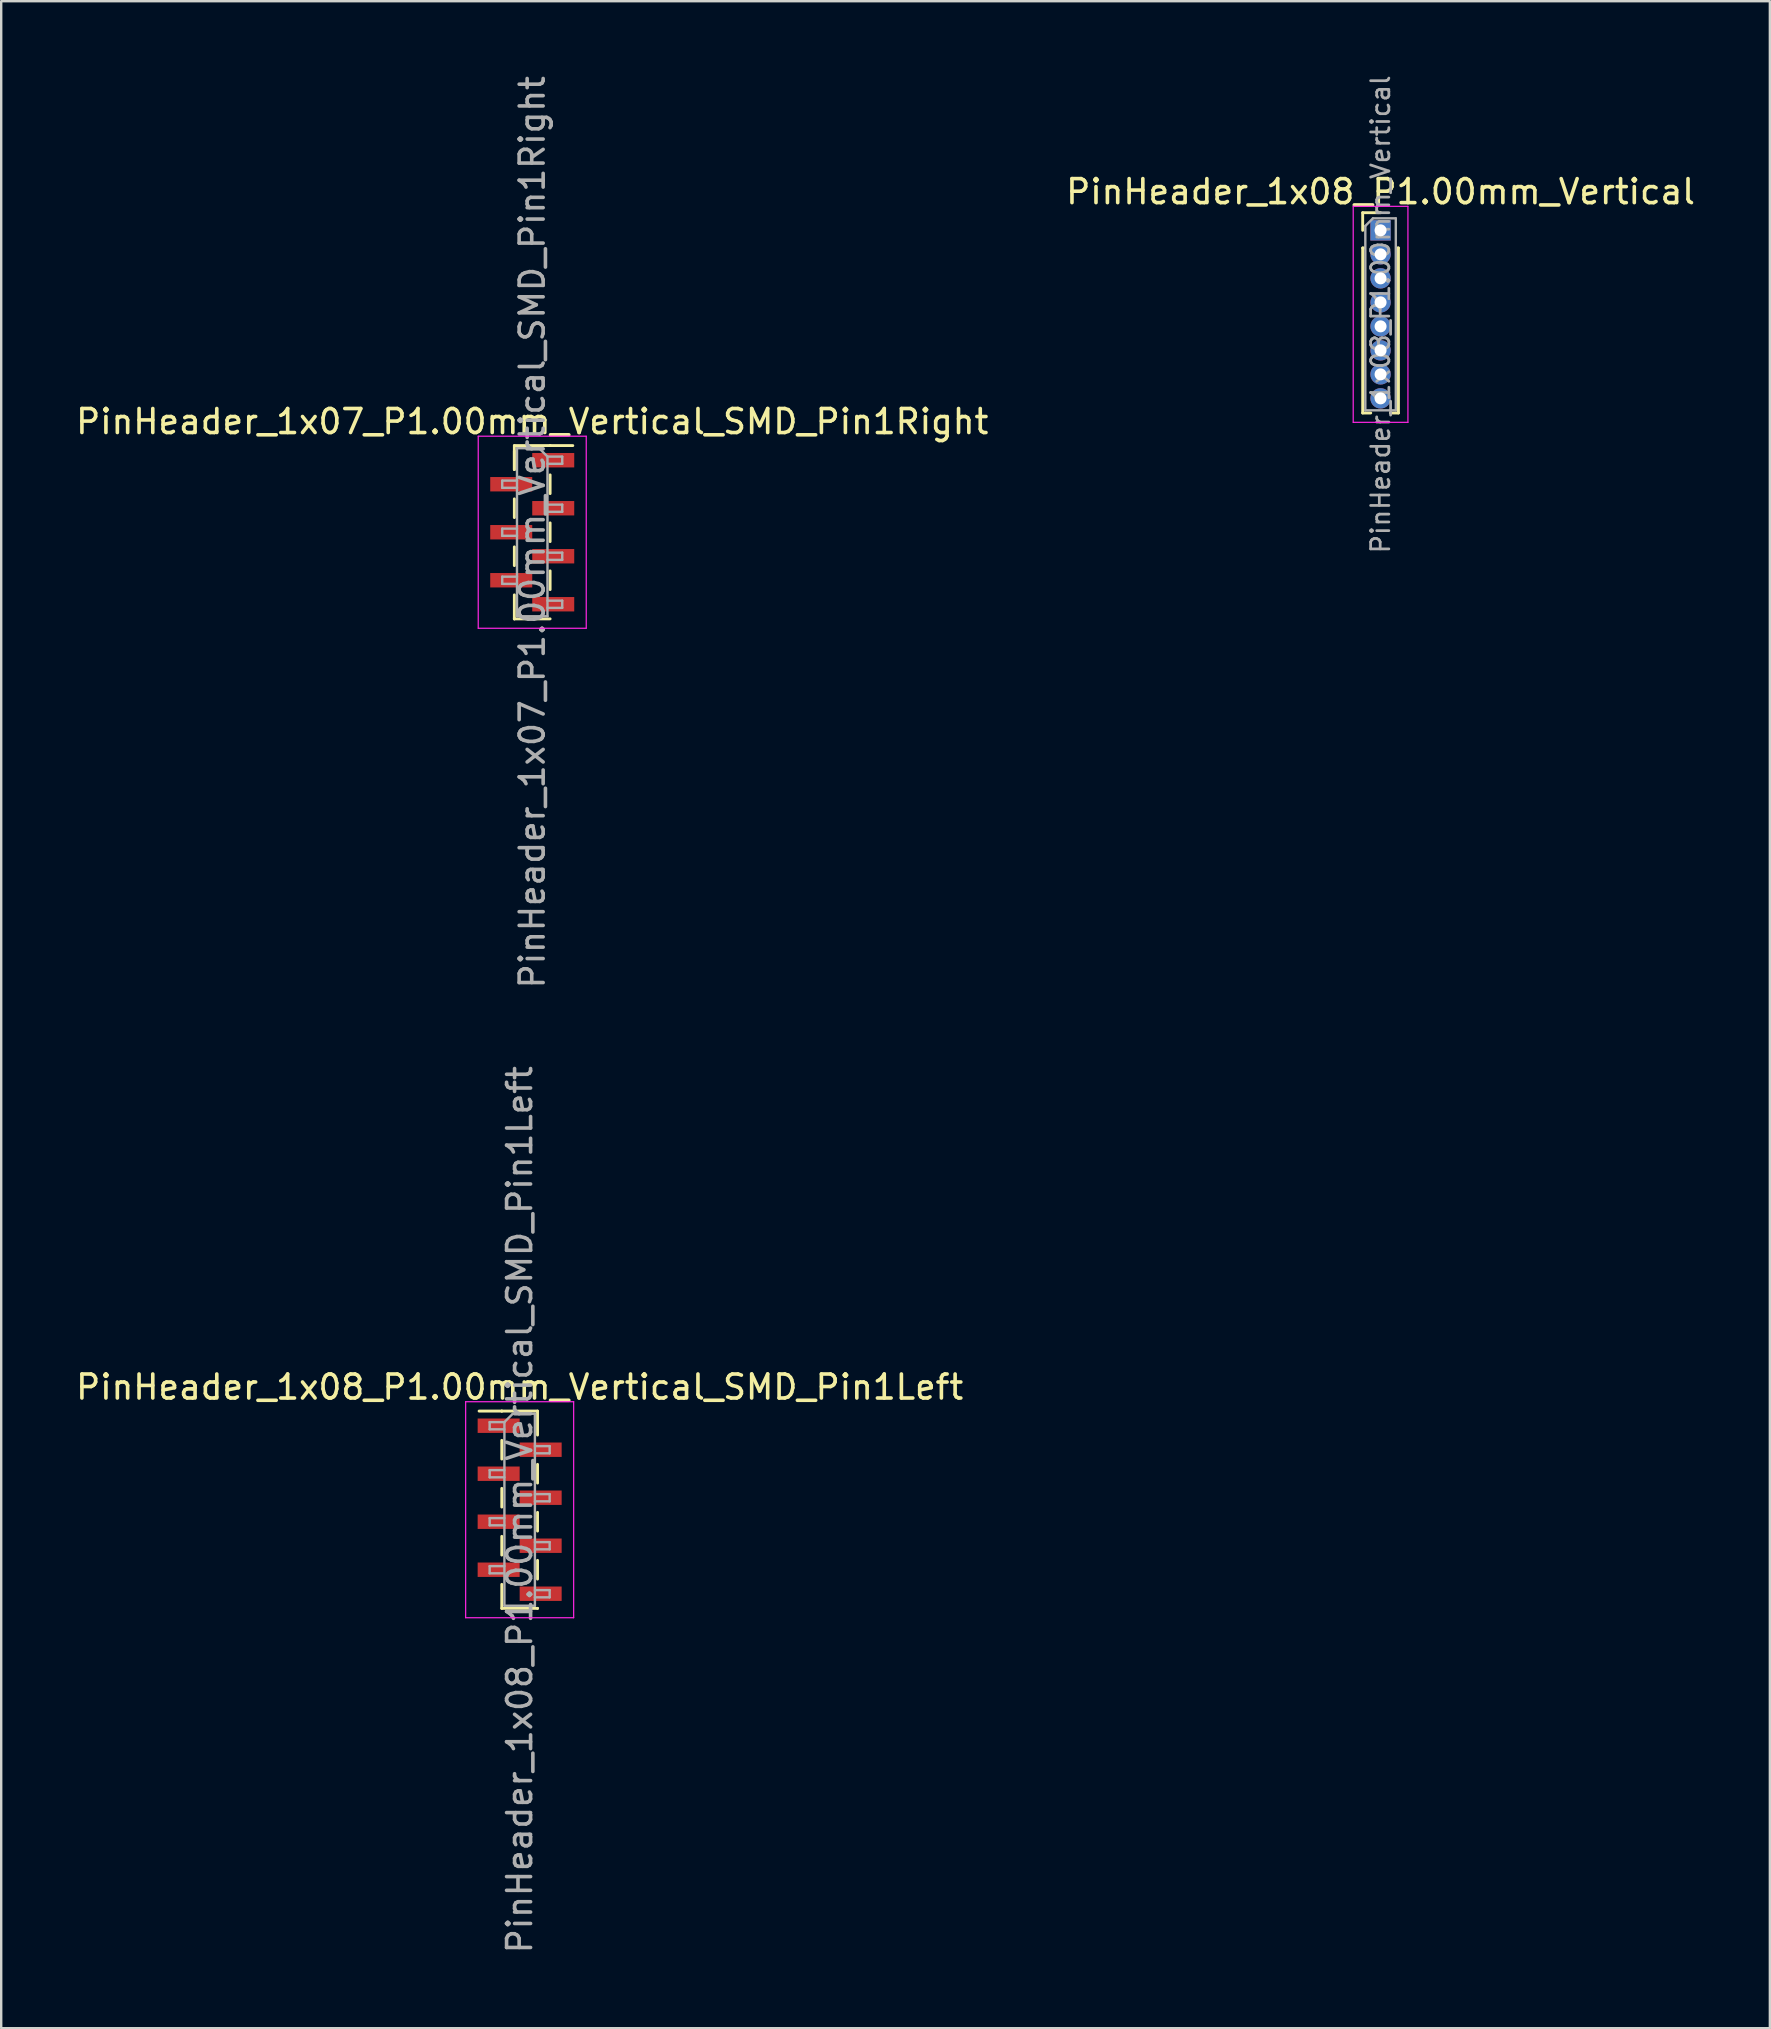
<source format=kicad_pcb>
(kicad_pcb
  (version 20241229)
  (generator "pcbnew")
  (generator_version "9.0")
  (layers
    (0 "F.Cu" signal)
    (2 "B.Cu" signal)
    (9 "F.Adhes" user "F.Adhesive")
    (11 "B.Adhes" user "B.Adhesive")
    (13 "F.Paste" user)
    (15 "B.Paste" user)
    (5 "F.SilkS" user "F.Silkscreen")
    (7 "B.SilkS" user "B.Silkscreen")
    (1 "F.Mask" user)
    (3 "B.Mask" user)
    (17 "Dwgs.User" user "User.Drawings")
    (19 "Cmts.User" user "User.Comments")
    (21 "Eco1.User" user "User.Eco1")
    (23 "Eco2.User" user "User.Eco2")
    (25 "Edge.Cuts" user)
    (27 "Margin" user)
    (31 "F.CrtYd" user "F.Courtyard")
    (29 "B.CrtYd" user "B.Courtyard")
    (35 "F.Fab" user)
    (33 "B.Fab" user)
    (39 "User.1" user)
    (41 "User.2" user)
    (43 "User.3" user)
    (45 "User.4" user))
  (footprint "PinHeader_1x07_P1.00mm_Vertical_SMD_Pin1Right"
    (layer "F.Cu")
    (at 19.125 19.125)
    (property "Reference" "PinHeader_1x07_P1.00mm_Vertical_SMD_Pin1Right" (at 0 -4.61 0) (layer "F.SilkS") (effects (font (size 1 1) (thickness 0.15))))
    (attr smd)
    (fp_line (start -0.745 -3.61) (end -0.745 -2.61) (stroke (width 0.12) (type solid)) (layer "F.SilkS"))
    (fp_line (start -0.745 -3.61) (end 0.745 -3.61) (stroke (width 0.12) (type solid)) (layer "F.SilkS"))
    (fp_line (start -0.745 -3.39) (end -0.745 -2.61) (stroke (width 0.12) (type solid)) (layer "F.SilkS"))
    (fp_line (start -0.745 -1.39) (end -0.745 -0.61) (stroke (width 0.12) (type solid)) (layer "F.SilkS"))
    (fp_line (start -0.745 0.61) (end -0.745 1.39) (stroke (width 0.12) (type solid)) (layer "F.SilkS"))
    (fp_line (start -0.745 2.61) (end -0.745 3.61) (stroke (width 0.12) (type solid)) (layer "F.SilkS"))
    (fp_line (start -0.745 3.61) (end -0.745 3.61) (stroke (width 0.12) (type solid)) (layer "F.SilkS"))
    (fp_line (start -0.745 3.61) (end 0.745 3.61) (stroke (width 0.12) (type solid)) (layer "F.SilkS"))
    (fp_line (start 0.745 -3.61) (end 0.745 -3.61) (stroke (width 0.12) (type solid)) (layer "F.SilkS"))
    (fp_line (start 0.745 -3.61) (end 1.69 -3.61) (stroke (width 0.12) (type solid)) (layer "F.SilkS"))
    (fp_line (start 0.745 -2.39) (end 0.745 -1.61) (stroke (width 0.12) (type solid)) (layer "F.SilkS"))
    (fp_line (start 0.745 -0.39) (end 0.745 0.39) (stroke (width 0.12) (type solid)) (layer "F.SilkS"))
    (fp_line (start 0.745 1.61) (end 0.745 2.39) (stroke (width 0.12) (type solid)) (layer "F.SilkS"))
    (fp_line (start -2.25 -4) (end -2.25 4) (stroke (width 0.05) (type solid)) (layer "F.CrtYd"))
    (fp_line (start -2.25 4) (end 2.25 4) (stroke (width 0.05) (type solid)) (layer "F.CrtYd"))
    (fp_line (start 2.25 -4) (end -2.25 -4) (stroke (width 0.05) (type solid)) (layer "F.CrtYd"))
    (fp_line (start 2.25 4) (end 2.25 -4) (stroke (width 0.05) (type solid)) (layer "F.CrtYd"))
    (fp_line (start -1.25 -2.15) (end -1.25 -1.85) (stroke (width 0.1) (type solid)) (layer "F.Fab"))
    (fp_line (start -1.25 -1.85) (end -0.635 -1.85) (stroke (width 0.1) (type solid)) (layer "F.Fab"))
    (fp_line (start -1.25 -0.15) (end -1.25 0.15) (stroke (width 0.1) (type solid)) (layer "F.Fab"))
    (fp_line (start -1.25 0.15) (end -0.635 0.15) (stroke (width 0.1) (type solid)) (layer "F.Fab"))
    (fp_line (start -1.25 1.85) (end -1.25 2.15) (stroke (width 0.1) (type solid)) (layer "F.Fab"))
    (fp_line (start -1.25 2.15) (end -0.635 2.15) (stroke (width 0.1) (type solid)) (layer "F.Fab"))
    (fp_line (start -0.635 -3.5) (end -0.635 3.5) (stroke (width 0.1) (type solid)) (layer "F.Fab"))
    (fp_line (start -0.635 -3.5) (end 0.285 -3.5) (stroke (width 0.1) (type solid)) (layer "F.Fab"))
    (fp_line (start -0.635 -2.15) (end -1.25 -2.15) (stroke (width 0.1) (type solid)) (layer "F.Fab"))
    (fp_line (start -0.635 -0.15) (end -1.25 -0.15) (stroke (width 0.1) (type solid)) (layer "F.Fab"))
    (fp_line (start -0.635 1.85) (end -1.25 1.85) (stroke (width 0.1) (type solid)) (layer "F.Fab"))
    (fp_line (start 0.635 -3.15) (end 0.285 -3.5) (stroke (width 0.1) (type solid)) (layer "F.Fab"))
    (fp_line (start 0.635 -3.15) (end 1.25 -3.15) (stroke (width 0.1) (type solid)) (layer "F.Fab"))
    (fp_line (start 0.635 -1.15) (end 1.25 -1.15) (stroke (width 0.1) (type solid)) (layer "F.Fab"))
    (fp_line (start 0.635 0.85) (end 1.25 0.85) (stroke (width 0.1) (type solid)) (layer "F.Fab"))
    (fp_line (start 0.635 2.85) (end 1.25 2.85) (stroke (width 0.1) (type solid)) (layer "F.Fab"))
    (fp_line (start 0.635 3.5) (end -0.635 3.5) (stroke (width 0.1) (type solid)) (layer "F.Fab"))
    (fp_line (start 0.635 3.5) (end 0.635 -3.15) (stroke (width 0.1) (type solid)) (layer "F.Fab"))
    (fp_line (start 1.25 -3.15) (end 1.25 -2.85) (stroke (width 0.1) (type solid)) (layer "F.Fab"))
    (fp_line (start 1.25 -2.85) (end 0.635 -2.85) (stroke (width 0.1) (type solid)) (layer "F.Fab"))
    (fp_line (start 1.25 -1.15) (end 1.25 -0.85) (stroke (width 0.1) (type solid)) (layer "F.Fab"))
    (fp_line (start 1.25 -0.85) (end 0.635 -0.85) (stroke (width 0.1) (type solid)) (layer "F.Fab"))
    (fp_line (start 1.25 0.85) (end 1.25 1.15) (stroke (width 0.1) (type solid)) (layer "F.Fab"))
    (fp_line (start 1.25 1.15) (end 0.635 1.15) (stroke (width 0.1) (type solid)) (layer "F.Fab"))
    (fp_line (start 1.25 2.85) (end 1.25 3.15) (stroke (width 0.1) (type solid)) (layer "F.Fab"))
    (fp_line (start 1.25 3.15) (end 0.635 3.15) (stroke (width 0.1) (type solid)) (layer "F.Fab"))
    (fp_text user "${REFERENCE}" (at 0 0 90) (layer "F.Fab") (effects (font (size 1 1) (thickness 0.15))))
    (pad "1" smd rect (at 0.875 -3) (size 1.75 0.6) (layers "F.Cu" "F.Mask" "F.Paste"))
    (pad "2" smd rect (at -0.875 -2) (size 1.75 0.6) (layers "F.Cu" "F.Mask" "F.Paste"))
    (pad "3" smd rect (at 0.875 -1) (size 1.75 0.6) (layers "F.Cu" "F.Mask" "F.Paste"))
    (pad "4" smd rect (at -0.875 0) (size 1.75 0.6) (layers "F.Cu" "F.Mask" "F.Paste"))
    (pad "5" smd rect (at 0.875 1) (size 1.75 0.6) (layers "F.Cu" "F.Mask" "F.Paste"))
    (pad "6" smd rect (at -0.875 2) (size 1.75 0.6) (layers "F.Cu" "F.Mask" "F.Paste"))
    (pad "7" smd rect (at 0.875 3) (size 1.75 0.6) (layers "F.Cu" "F.Mask" "F.Paste")))
  (footprint "PinHeader_1x08_P1.00mm_Vertical_SMD_Pin1Left"
    (layer "F.Cu")
    (at 18.601 59.851)
    (property "Reference" "PinHeader_1x08_P1.00mm_Vertical_SMD_Pin1Left" (at 0 -5.11 0) (layer "F.SilkS") (effects (font (size 1 1) (thickness 0.15))))
    (attr smd)
    (fp_line (start -0.745 -4.11) (end -1.69 -4.11) (stroke (width 0.12) (type solid)) (layer "F.SilkS"))
    (fp_line (start -0.745 -4.11) (end -0.745 -4.11) (stroke (width 0.12) (type solid)) (layer "F.SilkS"))
    (fp_line (start -0.745 -4.11) (end 0.745 -4.11) (stroke (width 0.12) (type solid)) (layer "F.SilkS"))
    (fp_line (start -0.745 -2.89) (end -0.745 -2.11) (stroke (width 0.12) (type solid)) (layer "F.SilkS"))
    (fp_line (start -0.745 -0.89) (end -0.745 -0.11) (stroke (width 0.12) (type solid)) (layer "F.SilkS"))
    (fp_line (start -0.745 1.11) (end -0.745 1.89) (stroke (width 0.12) (type solid)) (layer "F.SilkS"))
    (fp_line (start -0.745 3.11) (end -0.745 4.11) (stroke (width 0.12) (type solid)) (layer "F.SilkS"))
    (fp_line (start -0.745 4.11) (end 0.745 4.11) (stroke (width 0.12) (type solid)) (layer "F.SilkS"))
    (fp_line (start 0.745 -4.11) (end 0.745 -3.11) (stroke (width 0.12) (type solid)) (layer "F.SilkS"))
    (fp_line (start 0.745 -1.89) (end 0.745 -1.11) (stroke (width 0.12) (type solid)) (layer "F.SilkS"))
    (fp_line (start 0.745 0.11) (end 0.745 0.89) (stroke (width 0.12) (type solid)) (layer "F.SilkS"))
    (fp_line (start 0.745 2.11) (end 0.745 2.89) (stroke (width 0.12) (type solid)) (layer "F.SilkS"))
    (fp_line (start 0.745 4.11) (end 0.745 4.11) (stroke (width 0.12) (type solid)) (layer "F.SilkS"))
    (fp_line (start -2.25 -4.5) (end -2.25 4.5) (stroke (width 0.05) (type solid)) (layer "F.CrtYd"))
    (fp_line (start -2.25 4.5) (end 2.25 4.5) (stroke (width 0.05) (type solid)) (layer "F.CrtYd"))
    (fp_line (start 2.25 -4.5) (end -2.25 -4.5) (stroke (width 0.05) (type solid)) (layer "F.CrtYd"))
    (fp_line (start 2.25 4.5) (end 2.25 -4.5) (stroke (width 0.05) (type solid)) (layer "F.CrtYd"))
    (fp_line (start -1.25 -3.65) (end -1.25 -3.35) (stroke (width 0.1) (type solid)) (layer "F.Fab"))
    (fp_line (start -1.25 -3.35) (end -0.635 -3.35) (stroke (width 0.1) (type solid)) (layer "F.Fab"))
    (fp_line (start -1.25 -1.65) (end -1.25 -1.35) (stroke (width 0.1) (type solid)) (layer "F.Fab"))
    (fp_line (start -1.25 -1.35) (end -0.635 -1.35) (stroke (width 0.1) (type solid)) (layer "F.Fab"))
    (fp_line (start -1.25 0.35) (end -1.25 0.65) (stroke (width 0.1) (type solid)) (layer "F.Fab"))
    (fp_line (start -1.25 0.65) (end -0.635 0.65) (stroke (width 0.1) (type solid)) (layer "F.Fab"))
    (fp_line (start -1.25 2.35) (end -1.25 2.65) (stroke (width 0.1) (type solid)) (layer "F.Fab"))
    (fp_line (start -1.25 2.65) (end -0.635 2.65) (stroke (width 0.1) (type solid)) (layer "F.Fab"))
    (fp_line (start -0.635 -3.65) (end -1.25 -3.65) (stroke (width 0.1) (type solid)) (layer "F.Fab"))
    (fp_line (start -0.635 -3.65) (end -0.285 -4) (stroke (width 0.1) (type solid)) (layer "F.Fab"))
    (fp_line (start -0.635 -1.65) (end -1.25 -1.65) (stroke (width 0.1) (type solid)) (layer "F.Fab"))
    (fp_line (start -0.635 0.35) (end -1.25 0.35) (stroke (width 0.1) (type solid)) (layer "F.Fab"))
    (fp_line (start -0.635 2.35) (end -1.25 2.35) (stroke (width 0.1) (type solid)) (layer "F.Fab"))
    (fp_line (start -0.635 4) (end -0.635 -3.65) (stroke (width 0.1) (type solid)) (layer "F.Fab"))
    (fp_line (start -0.285 -4) (end 0.635 -4) (stroke (width 0.1) (type solid)) (layer "F.Fab"))
    (fp_line (start 0.635 -4) (end 0.635 4) (stroke (width 0.1) (type solid)) (layer "F.Fab"))
    (fp_line (start 0.635 -2.65) (end 1.25 -2.65) (stroke (width 0.1) (type solid)) (layer "F.Fab"))
    (fp_line (start 0.635 -0.65) (end 1.25 -0.65) (stroke (width 0.1) (type solid)) (layer "F.Fab"))
    (fp_line (start 0.635 1.35) (end 1.25 1.35) (stroke (width 0.1) (type solid)) (layer "F.Fab"))
    (fp_line (start 0.635 3.35) (end 1.25 3.35) (stroke (width 0.1) (type solid)) (layer "F.Fab"))
    (fp_line (start 0.635 4) (end -0.635 4) (stroke (width 0.1) (type solid)) (layer "F.Fab"))
    (fp_line (start 1.25 -2.65) (end 1.25 -2.35) (stroke (width 0.1) (type solid)) (layer "F.Fab"))
    (fp_line (start 1.25 -2.35) (end 0.635 -2.35) (stroke (width 0.1) (type solid)) (layer "F.Fab"))
    (fp_line (start 1.25 -0.65) (end 1.25 -0.35) (stroke (width 0.1) (type solid)) (layer "F.Fab"))
    (fp_line (start 1.25 -0.35) (end 0.635 -0.35) (stroke (width 0.1) (type solid)) (layer "F.Fab"))
    (fp_line (start 1.25 1.35) (end 1.25 1.65) (stroke (width 0.1) (type solid)) (layer "F.Fab"))
    (fp_line (start 1.25 1.65) (end 0.635 1.65) (stroke (width 0.1) (type solid)) (layer "F.Fab"))
    (fp_line (start 1.25 3.35) (end 1.25 3.65) (stroke (width 0.1) (type solid)) (layer "F.Fab"))
    (fp_line (start 1.25 3.65) (end 0.635 3.65) (stroke (width 0.1) (type solid)) (layer "F.Fab"))
    (fp_text user "${REFERENCE}" (at 0 0 90) (layer "F.Fab") (effects (font (size 1 1) (thickness 0.15))))
    (pad "1" smd rect (at -0.875 -3.5) (size 1.75 0.6) (layers "F.Cu" "F.Mask" "F.Paste"))
    (pad "2" smd rect (at 0.875 -2.5) (size 1.75 0.6) (layers "F.Cu" "F.Mask" "F.Paste"))
    (pad "3" smd rect (at -0.875 -1.5) (size 1.75 0.6) (layers "F.Cu" "F.Mask" "F.Paste"))
    (pad "4" smd rect (at 0.875 -0.5) (size 1.75 0.6) (layers "F.Cu" "F.Mask" "F.Paste"))
    (pad "5" smd rect (at -0.875 0.5) (size 1.75 0.6) (layers "F.Cu" "F.Mask" "F.Paste"))
    (pad "6" smd rect (at 0.875 1.5) (size 1.75 0.6) (layers "F.Cu" "F.Mask" "F.Paste"))
    (pad "7" smd rect (at -0.875 2.5) (size 1.75 0.6) (layers "F.Cu" "F.Mask" "F.Paste"))
    (pad "8" smd rect (at 0.875 3.5) (size 1.75 0.6) (layers "F.Cu" "F.Mask" "F.Paste")))
  (footprint "PinHeader_1x08_P1.00mm_Vertical"
    (layer "F.Cu")
    (at 54.47 6.547)
    (property "Reference" "PinHeader_1x08_P1.00mm_Vertical" (at 0 -1.61 0) (layer "F.SilkS") (effects (font (size 1 1) (thickness 0.15))))
    (attr through_hole)
    (fp_line (start -0.745 -0.735) (end 0 -0.735) (stroke (width 0.12) (type solid)) (layer "F.SilkS"))
    (fp_line (start -0.745 0) (end -0.745 -0.735) (stroke (width 0.12) (type solid)) (layer "F.SilkS"))
    (fp_line (start -0.745 0.735) (end -0.745 7.61) (stroke (width 0.12) (type solid)) (layer "F.SilkS"))
    (fp_line (start -0.745 0.735) (end -0.686 0.735) (stroke (width 0.12) (type solid)) (layer "F.SilkS"))
    (fp_line (start -0.745 7.61) (end -0.41 7.61) (stroke (width 0.12) (type solid)) (layer "F.SilkS"))
    (fp_line (start 0.41 7.61) (end 0.745 7.61) (stroke (width 0.12) (type solid)) (layer "F.SilkS"))
    (fp_line (start 0.686 0.735) (end 0.745 0.735) (stroke (width 0.12) (type solid)) (layer "F.SilkS"))
    (fp_line (start 0.745 0.735) (end 0.745 7.61) (stroke (width 0.12) (type solid)) (layer "F.SilkS"))
    (fp_line (start -1.14 -1) (end -1.14 8) (stroke (width 0.05) (type solid)) (layer "F.CrtYd"))
    (fp_line (start -1.14 8) (end 1.14 8) (stroke (width 0.05) (type solid)) (layer "F.CrtYd"))
    (fp_line (start 1.14 -1) (end -1.14 -1) (stroke (width 0.05) (type solid)) (layer "F.CrtYd"))
    (fp_line (start 1.14 8) (end 1.14 -1) (stroke (width 0.05) (type solid)) (layer "F.CrtYd"))
    (fp_line (start -0.635 -0.182) (end -0.318 -0.5) (stroke (width 0.1) (type solid)) (layer "F.Fab"))
    (fp_line (start -0.635 7.5) (end -0.635 -0.182) (stroke (width 0.1) (type solid)) (layer "F.Fab"))
    (fp_line (start -0.318 -0.5) (end 0.635 -0.5) (stroke (width 0.1) (type solid)) (layer "F.Fab"))
    (fp_line (start 0.635 -0.5) (end 0.635 7.5) (stroke (width 0.1) (type solid)) (layer "F.Fab"))
    (fp_line (start 0.635 7.5) (end -0.635 7.5) (stroke (width 0.1) (type solid)) (layer "F.Fab"))
    (fp_text user "${REFERENCE}" (at 0 3.5 90) (layer "F.Fab") (effects (font (size 0.76 0.76) (thickness 0.114))))
    (pad "1" thru_hole rect (at 0 0) (size 0.85 0.85) (drill 0.5) (layers "*.Cu" "*.Mask"))
    (pad "2" thru_hole circle (at 0 1) (size 0.85 0.85) (drill 0.5) (layers "*.Cu" "*.Mask"))
    (pad "3" thru_hole circle (at 0 2) (size 0.85 0.85) (drill 0.5) (layers "*.Cu" "*.Mask"))
    (pad "4" thru_hole circle (at 0 3) (size 0.85 0.85) (drill 0.5) (layers "*.Cu" "*.Mask"))
    (pad "5" thru_hole circle (at 0 4) (size 0.85 0.85) (drill 0.5) (layers "*.Cu" "*.Mask"))
    (pad "6" thru_hole circle (at 0 5) (size 0.85 0.85) (drill 0.5) (layers "*.Cu" "*.Mask"))
    (pad "7" thru_hole circle (at 0 6) (size 0.85 0.85) (drill 0.5) (layers "*.Cu" "*.Mask"))
    (pad "8" thru_hole circle (at 0 7) (size 0.85 0.85) (drill 0.5) (layers "*.Cu" "*.Mask")))
  (gr_rect
    (start -3 -3)
    (end 70.69 81.452)
    (stroke (width 0.1) (type default))
    (fill no)
    (layer "Edge.Cuts")))
</source>
